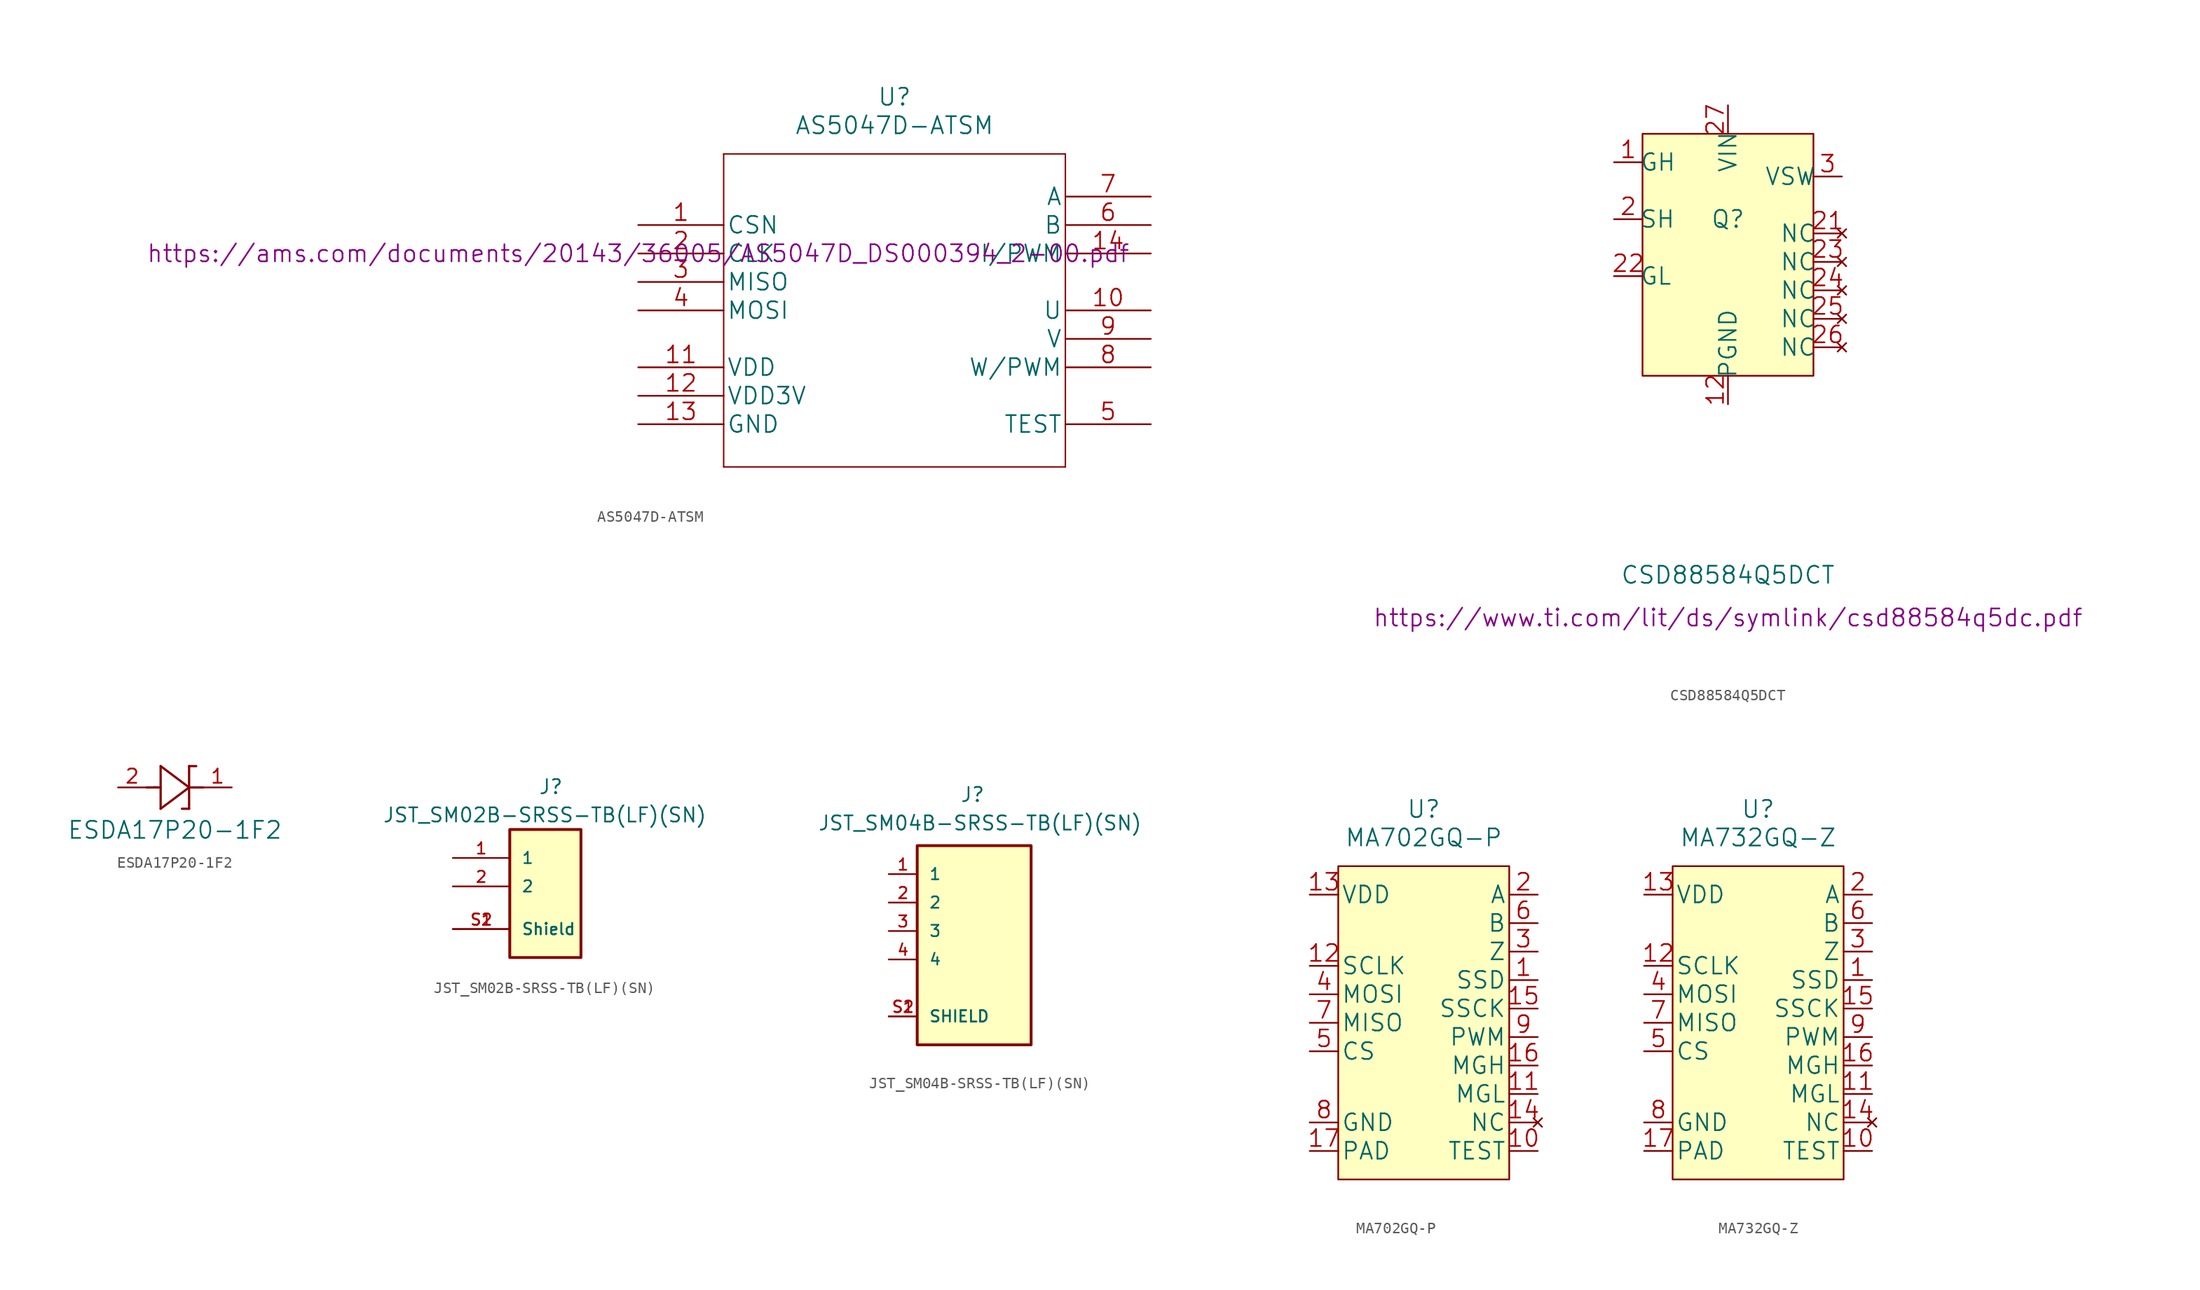
<source format=kicad_sym>
(kicad_symbol_lib
  (version 20220914)
  (generator kicad_symbol_editor)
  (symbol "AS5047D-ATSM"
    (pin_names
      (offset 0.254))
    (property "Reference" "U"
      (at -1.27 25.4 0)
      (effects (font (size 1.524 1.524))))
    (property "Value" "AS5047D-ATSM"
      (at -1.27 22.86 0)
      (effects (font (size 1.524 1.524))))
    (property "Datasheet" "https://ams.com/documents/20143/36005/AS5047D_DS000394_2-00.pdf"
      (at -24.13 11.43 0)
      (effects (font (size 1.524 1.524))))
    (symbol "AS5047D-ATSM_1_1"
      (polyline (pts (xy -16.51 -7.62) (xy 13.97 -7.62)) (stroke (width 0.127) (type default)) (fill (type none)))
      (polyline (pts (xy -16.51 20.32) (xy -16.51 -7.62)) (stroke (width 0.127) (type default)) (fill (type none)))
      (polyline (pts (xy 13.97 -7.62) (xy 13.97 20.32)) (stroke (width 0.127) (type default)) (fill (type none)))
      (polyline (pts (xy 13.97 20.32) (xy -16.51 20.32)) (stroke (width 0.127) (type default)) (fill (type none)))
      (pin input line (at -24.13 13.97 0) (length 7.62) (name "CSN" (effects (font (size 1.499 1.499)))) (number "1" (effects (font (size 1.499 1.499)))))
      (pin output line (at 21.59 6.35 180) (length 7.62) (name "U" (effects (font (size 1.499 1.499)))) (number "10" (effects (font (size 1.499 1.499)))))
      (pin power_in line (at -24.13 1.27 0) (length 7.62) (name "VDD" (effects (font (size 1.499 1.499)))) (number "11" (effects (font (size 1.499 1.499)))))
      (pin power_in line (at -24.13 -1.27 0) (length 7.62) (name "VDD3V" (effects (font (size 1.499 1.499)))) (number "12" (effects (font (size 1.499 1.499)))))
      (pin power_in line (at -24.13 -3.81 0) (length 7.62) (name "GND" (effects (font (size 1.499 1.499)))) (number "13" (effects (font (size 1.499 1.499)))))
      (pin output line (at 21.59 11.43 180) (length 7.62) (name "I/PWM" (effects (font (size 1.499 1.499)))) (number "14" (effects (font (size 1.499 1.499)))))
      (pin input line (at -24.13 11.43 0) (length 7.62) (name "CLK" (effects (font (size 1.499 1.499)))) (number "2" (effects (font (size 1.499 1.499)))))
      (pin output line (at -24.13 8.89 0) (length 7.62) (name "MISO" (effects (font (size 1.499 1.499)))) (number "3" (effects (font (size 1.499 1.499)))))
      (pin input line (at -24.13 6.35 0) (length 7.62) (name "MOSI" (effects (font (size 1.499 1.499)))) (number "4" (effects (font (size 1.499 1.499)))))
      (pin power_in line (at 21.59 -3.81 180) (length 7.62) (name "TEST" (effects (font (size 1.499 1.499)))) (number "5" (effects (font (size 1.499 1.499)))))
      (pin output line (at 21.59 13.97 180) (length 7.62) (name "B" (effects (font (size 1.499 1.499)))) (number "6" (effects (font (size 1.499 1.499)))))
      (pin output line (at 21.59 16.51 180) (length 7.62) (name "A" (effects (font (size 1.499 1.499)))) (number "7" (effects (font (size 1.499 1.499)))))
      (pin output line (at 21.59 1.27 180) (length 7.62) (name "W/PWM" (effects (font (size 1.499 1.499)))) (number "8" (effects (font (size 1.499 1.499)))))
      (pin output line (at 21.59 3.81 180) (length 7.62) (name "V" (effects (font (size 1.499 1.499)))) (number "9" (effects (font (size 1.499 1.499)))))))
  (symbol "CSD88584Q5DCT"
    (pin_names
      (offset -0.254))
    (property "Reference" "Q"
      (at 0 0 0)
      (effects (font (size 1.524 1.524))))
    (property "Value" "CSD88584Q5DCT"
      (at 0 -31.75 0)
      (effects (font (size 1.524 1.524))))
    (property "Datasheet" "https://www.ti.com/lit/ds/symlink/csd88584q5dc.pdf"
      (at 0 -35.56 0)
      (effects (font (size 1.524 1.524))))
    (symbol "CSD88584Q5DCT_0_1"
      (rectangle (start -7.62 7.62) (end 7.62 -13.97) (stroke (width 0) (type default)) (fill (type background))))
    (symbol "CSD88584Q5DCT_1_1"
      (pin input line (at -10.16 5.08 0) (length 2.54) (name "GH" (effects (font (size 1.499 1.499)))) (number "1" (effects (font (size 1.499 1.499)))))
      (pin power_out line (at 0 -16.51 90) (length 2.54) (name "PGND" (effects (font (size 1.499 1.499)))) (number "12" (effects (font (size 1.499 1.499)))))
      (pin output line (at -10.16 0 0) (length 2.54) (name "SH" (effects (font (size 1.499 1.499)))) (number "2" (effects (font (size 1.499 1.499)))))
      (pin no_connect line (at 10.16 -1.27 180) (length 2.54) (name "NC" (effects (font (size 1.499 1.499)))) (number "21" (effects (font (size 1.499 1.499)))))
      (pin input line (at -10.16 -5.08 0) (length 2.54) (name "GL" (effects (font (size 1.499 1.499)))) (number "22" (effects (font (size 1.499 1.499)))))
      (pin no_connect line (at 10.16 -3.81 180) (length 2.54) (name "NC" (effects (font (size 1.499 1.499)))) (number "23" (effects (font (size 1.499 1.499)))))
      (pin no_connect line (at 10.16 -6.35 180) (length 2.54) (name "NC" (effects (font (size 1.499 1.499)))) (number "24" (effects (font (size 1.499 1.499)))))
      (pin no_connect line (at 10.16 -8.89 180) (length 2.54) (name "NC" (effects (font (size 1.499 1.499)))) (number "25" (effects (font (size 1.499 1.499)))))
      (pin no_connect line (at 10.16 -11.43 180) (length 2.54) (name "NC" (effects (font (size 1.499 1.499)))) (number "26" (effects (font (size 1.499 1.499)))))
      (pin power_in line (at 0 10.16 270) (length 2.54) (name "VIN" (effects (font (size 1.499 1.499)))) (number "27" (effects (font (size 1.499 1.499)))))
      (pin output line (at 10.16 3.81 180) (length 2.54) (name "VSW" (effects (font (size 1.499 1.499)))) (number "3" (effects (font (size 1.499 1.499)))))))
  (symbol "ESDA17P20-1F2"
    (pin_names
      (offset 0.254))
    (property "Reference" "CR"
      (at 5.08 7.62 0)
      (effects (font (size 1.524 1.524)) hide))
    (property "Value" "ESDA17P20-1F2"
      (at 5.08 -3.81 0)
      (effects (font (size 1.524 1.524))))
    (symbol "ESDA17P20-1F2_0_1"
      (polyline (pts (xy 2.54 0) (xy 3.48 0)) (stroke (width 0.203) (type default)) (fill (type none)))
      (polyline (pts (xy 3.175 0) (xy 3.81 0)) (stroke (width 0.203) (type default)) (fill (type none)))
      (polyline (pts (xy 3.81 -1.905) (xy 6.35 0)) (stroke (width 0.203) (type default)) (fill (type none)))
      (polyline (pts (xy 3.81 1.905) (xy 3.81 -1.905)) (stroke (width 0.203) (type default)) (fill (type none)))
      (polyline (pts (xy 6.35 -1.905) (xy 5.715 -1.905)) (stroke (width 0.203) (type default)) (fill (type none)))
      (polyline (pts (xy 6.35 -1.905) (xy 6.35 1.905)) (stroke (width 0.203) (type default)) (fill (type none)))
      (polyline (pts (xy 6.35 0) (xy 3.81 1.905)) (stroke (width 0.203) (type default)) (fill (type none)))
      (polyline (pts (xy 6.35 0) (xy 7.62 0)) (stroke (width 0.203) (type default)) (fill (type none)))
      (polyline (pts (xy 6.35 1.905) (xy 6.985 1.905)) (stroke (width 0.203) (type default)) (fill (type none)))
      (pin unspecified line (at 10.16 0 180) (length 2.54) (name "" (effects (font (size 1.27 1.27)))) (number "1" (effects (font (size 1.27 1.27)))))
      (pin unspecified line (at 0 0 0) (length 2.54) (name "" (effects (font (size 1.27 1.27)))) (number "2" (effects (font (size 1.27 1.27)))))))
  (symbol "JST_SM02B-SRSS-TB(LF)(SN)"
    (pin_names
      (offset 1.016))
    (property "Reference" "J"
      (at 0 8.89 0)
      (effects (font (size 1.27 1.27)) (justify left)))
    (property "Value" "JST_SM02B-SRSS-TB(LF)(SN)"
      (at -13.909 6.368 0)
      (effects (font (size 1.27 1.27)) (justify left)))
    (symbol "JST_SM02B-SRSS-TB(LF)(SN)_0_0"
      (rectangle (start -2.54 5.08) (end 3.81 -6.35) (stroke (width 0.254) (type default)) (fill (type background)))
      (pin bidirectional line (at -7.62 2.54 0) (length 5.08) (name "1" (effects (font (size 1.016 1.016)))) (number "1" (effects (font (size 1.016 1.016)))))
      (pin bidirectional line (at -7.62 0 0) (length 5.08) (name "2" (effects (font (size 1.016 1.016)))) (number "2" (effects (font (size 1.016 1.016)))))
      (pin power_in line (at -7.62 -3.81 0) (length 5.08) (name "Shield" (effects (font (size 1.016 1.016)))) (number "S1" (effects (font (size 1.016 1.016)))))
      (pin power_in line (at -7.62 -3.81 0) (length 5.08) (name "Shield" (effects (font (size 1.016 1.016)))) (number "S2" (effects (font (size 1.016 1.016)))))))
  (symbol "JST_SM04B-SRSS-TB(LF)(SN)"
    (pin_names
      (offset 1.016))
    (property "Reference" "J"
      (at -1.27 11.43 0)
      (effects (font (size 1.27 1.27)) (justify left bottom)))
    (property "Value" "JST_SM04B-SRSS-TB(LF)(SN)"
      (at -13.97 8.89 0)
      (effects (font (size 1.27 1.27)) (justify left bottom)))
    (symbol "JST_SM04B-SRSS-TB(LF)(SN)_0_0"
      (rectangle (start -5.08 -10.16) (end 5.08 7.62) (stroke (width 0.254) (type default)) (fill (type background)))
      (pin passive line (at -7.62 5.08 0) (length 2.54) (name "1" (effects (font (size 1.016 1.016)))) (number "1" (effects (font (size 1.016 1.016)))))
      (pin passive line (at -7.62 2.54 0) (length 2.54) (name "2" (effects (font (size 1.016 1.016)))) (number "2" (effects (font (size 1.016 1.016)))))
      (pin passive line (at -7.62 0 0) (length 2.54) (name "3" (effects (font (size 1.016 1.016)))) (number "3" (effects (font (size 1.016 1.016)))))
      (pin passive line (at -7.62 -2.54 0) (length 2.54) (name "4" (effects (font (size 1.016 1.016)))) (number "4" (effects (font (size 1.016 1.016)))))
      (pin passive line (at -7.62 -7.62 0) (length 2.54) (name "SHIELD" (effects (font (size 1.016 1.016)))) (number "S1" (effects (font (size 1.016 1.016)))))
      (pin passive line (at -7.62 -7.62 0) (length 2.54) (name "SHIELD" (effects (font (size 1.016 1.016)))) (number "S2" (effects (font (size 1.016 1.016)))))))
  (symbol "MA702GQ-P"
    (pin_names
      (offset 0.254))
    (property "Reference" "U"
      (at 0 22.86 0)
      (effects (font (size 1.524 1.524))))
    (property "Value" "MA702GQ-P"
      (at 0 20.32 0)
      (effects (font (size 1.524 1.524))))
    (property "Datasheet" ""
      (at -15.24 6.35 0)
      (effects (font (size 1.524 1.524))))
    (symbol "MA702GQ-P_1_1"
      (rectangle (start -7.62 17.78) (end 7.62 -10.16) (stroke (width 0) (type default)) (fill (type background)))
      (pin output line (at 10.16 7.62 180) (length 2.54) (name "SSD" (effects (font (size 1.499 1.499)))) (number "1" (effects (font (size 1.499 1.499)))))
      (pin input line (at 10.16 -7.62 180) (length 2.54) (name "TEST" (effects (font (size 1.499 1.499)))) (number "10" (effects (font (size 1.499 1.499)))))
      (pin output line (at 10.16 -2.54 180) (length 2.54) (name "MGL" (effects (font (size 1.499 1.499)))) (number "11" (effects (font (size 1.499 1.499)))))
      (pin input line (at -10.16 8.89 0) (length 2.54) (name "SCLK" (effects (font (size 1.499 1.499)))) (number "12" (effects (font (size 1.499 1.499)))))
      (pin power_in line (at -10.16 15.24 0) (length 2.54) (name "VDD" (effects (font (size 1.499 1.499)))) (number "13" (effects (font (size 1.499 1.499)))))
      (pin no_connect line (at 10.16 -5.08 180) (length 2.54) (name "NC" (effects (font (size 1.499 1.499)))) (number "14" (effects (font (size 1.499 1.499)))))
      (pin input line (at 10.16 5.08 180) (length 2.54) (name "SSCK" (effects (font (size 1.499 1.499)))) (number "15" (effects (font (size 1.499 1.499)))))
      (pin output line (at 10.16 0 180) (length 2.54) (name "MGH" (effects (font (size 1.499 1.499)))) (number "16" (effects (font (size 1.499 1.499)))))
      (pin power_in line (at -10.16 -7.62 0) (length 2.54) (name "PAD" (effects (font (size 1.499 1.499)))) (number "17" (effects (font (size 1.499 1.499)))))
      (pin output line (at 10.16 15.24 180) (length 2.54) (name "A" (effects (font (size 1.499 1.499)))) (number "2" (effects (font (size 1.499 1.499)))))
      (pin output line (at 10.16 10.16 180) (length 2.54) (name "Z" (effects (font (size 1.499 1.499)))) (number "3" (effects (font (size 1.499 1.499)))))
      (pin input line (at -10.16 6.35 0) (length 2.54) (name "MOSI" (effects (font (size 1.499 1.499)))) (number "4" (effects (font (size 1.499 1.499)))))
      (pin input line (at -10.16 1.27 0) (length 2.54) (name "CS" (effects (font (size 1.499 1.499)))) (number "5" (effects (font (size 1.499 1.499)))))
      (pin output line (at 10.16 12.7 180) (length 2.54) (name "B" (effects (font (size 1.499 1.499)))) (number "6" (effects (font (size 1.499 1.499)))))
      (pin output line (at -10.16 3.81 0) (length 2.54) (name "MISO" (effects (font (size 1.499 1.499)))) (number "7" (effects (font (size 1.499 1.499)))))
      (pin power_in line (at -10.16 -5.08 0) (length 2.54) (name "GND" (effects (font (size 1.499 1.499)))) (number "8" (effects (font (size 1.499 1.499)))))
      (pin output line (at 10.16 2.54 180) (length 2.54) (name "PWM" (effects (font (size 1.499 1.499)))) (number "9" (effects (font (size 1.499 1.499)))))))
  (symbol "MA732GQ-Z"
    (pin_names
      (offset 0.254))
    (property "Reference" "U"
      (at 0 19.05 0)
      (effects (font (size 1.524 1.524))))
    (property "Value" "MA732GQ-Z"
      (at 0 16.51 0)
      (effects (font (size 1.524 1.524))))
    (symbol "MA732GQ-Z_1_1"
      (rectangle (start -7.62 13.97) (end 7.62 -13.97) (stroke (width 0) (type default)) (fill (type background)))
      (pin output line (at 10.16 3.81 180) (length 2.54) (name "SSD" (effects (font (size 1.499 1.499)))) (number "1" (effects (font (size 1.499 1.499)))))
      (pin input line (at 10.16 -11.43 180) (length 2.54) (name "TEST" (effects (font (size 1.499 1.499)))) (number "10" (effects (font (size 1.499 1.499)))))
      (pin output line (at 10.16 -6.35 180) (length 2.54) (name "MGL" (effects (font (size 1.499 1.499)))) (number "11" (effects (font (size 1.499 1.499)))))
      (pin input line (at -10.16 5.08 0) (length 2.54) (name "SCLK" (effects (font (size 1.499 1.499)))) (number "12" (effects (font (size 1.499 1.499)))))
      (pin power_in line (at -10.16 11.43 0) (length 2.54) (name "VDD" (effects (font (size 1.499 1.499)))) (number "13" (effects (font (size 1.499 1.499)))))
      (pin no_connect line (at 10.16 -8.89 180) (length 2.54) (name "NC" (effects (font (size 1.499 1.499)))) (number "14" (effects (font (size 1.499 1.499)))))
      (pin input line (at 10.16 1.27 180) (length 2.54) (name "SSCK" (effects (font (size 1.499 1.499)))) (number "15" (effects (font (size 1.499 1.499)))))
      (pin output line (at 10.16 -3.81 180) (length 2.54) (name "MGH" (effects (font (size 1.499 1.499)))) (number "16" (effects (font (size 1.499 1.499)))))
      (pin power_in line (at -10.16 -11.43 0) (length 2.54) (name "PAD" (effects (font (size 1.499 1.499)))) (number "17" (effects (font (size 1.499 1.499)))))
      (pin output line (at 10.16 11.43 180) (length 2.54) (name "A" (effects (font (size 1.499 1.499)))) (number "2" (effects (font (size 1.499 1.499)))))
      (pin output line (at 10.16 6.35 180) (length 2.54) (name "Z" (effects (font (size 1.499 1.499)))) (number "3" (effects (font (size 1.499 1.499)))))
      (pin input line (at -10.16 2.54 0) (length 2.54) (name "MOSI" (effects (font (size 1.499 1.499)))) (number "4" (effects (font (size 1.499 1.499)))))
      (pin input line (at -10.16 -2.54 0) (length 2.54) (name "CS" (effects (font (size 1.499 1.499)))) (number "5" (effects (font (size 1.499 1.499)))))
      (pin output line (at 10.16 8.89 180) (length 2.54) (name "B" (effects (font (size 1.499 1.499)))) (number "6" (effects (font (size 1.499 1.499)))))
      (pin output line (at -10.16 0 0) (length 2.54) (name "MISO" (effects (font (size 1.499 1.499)))) (number "7" (effects (font (size 1.499 1.499)))))
      (pin power_in line (at -10.16 -8.89 0) (length 2.54) (name "GND" (effects (font (size 1.499 1.499)))) (number "8" (effects (font (size 1.499 1.499)))))
      (pin output line (at 10.16 -1.27 180) (length 2.54) (name "PWM" (effects (font (size 1.499 1.499)))) (number "9" (effects (font (size 1.499 1.499))))))))
</source>
